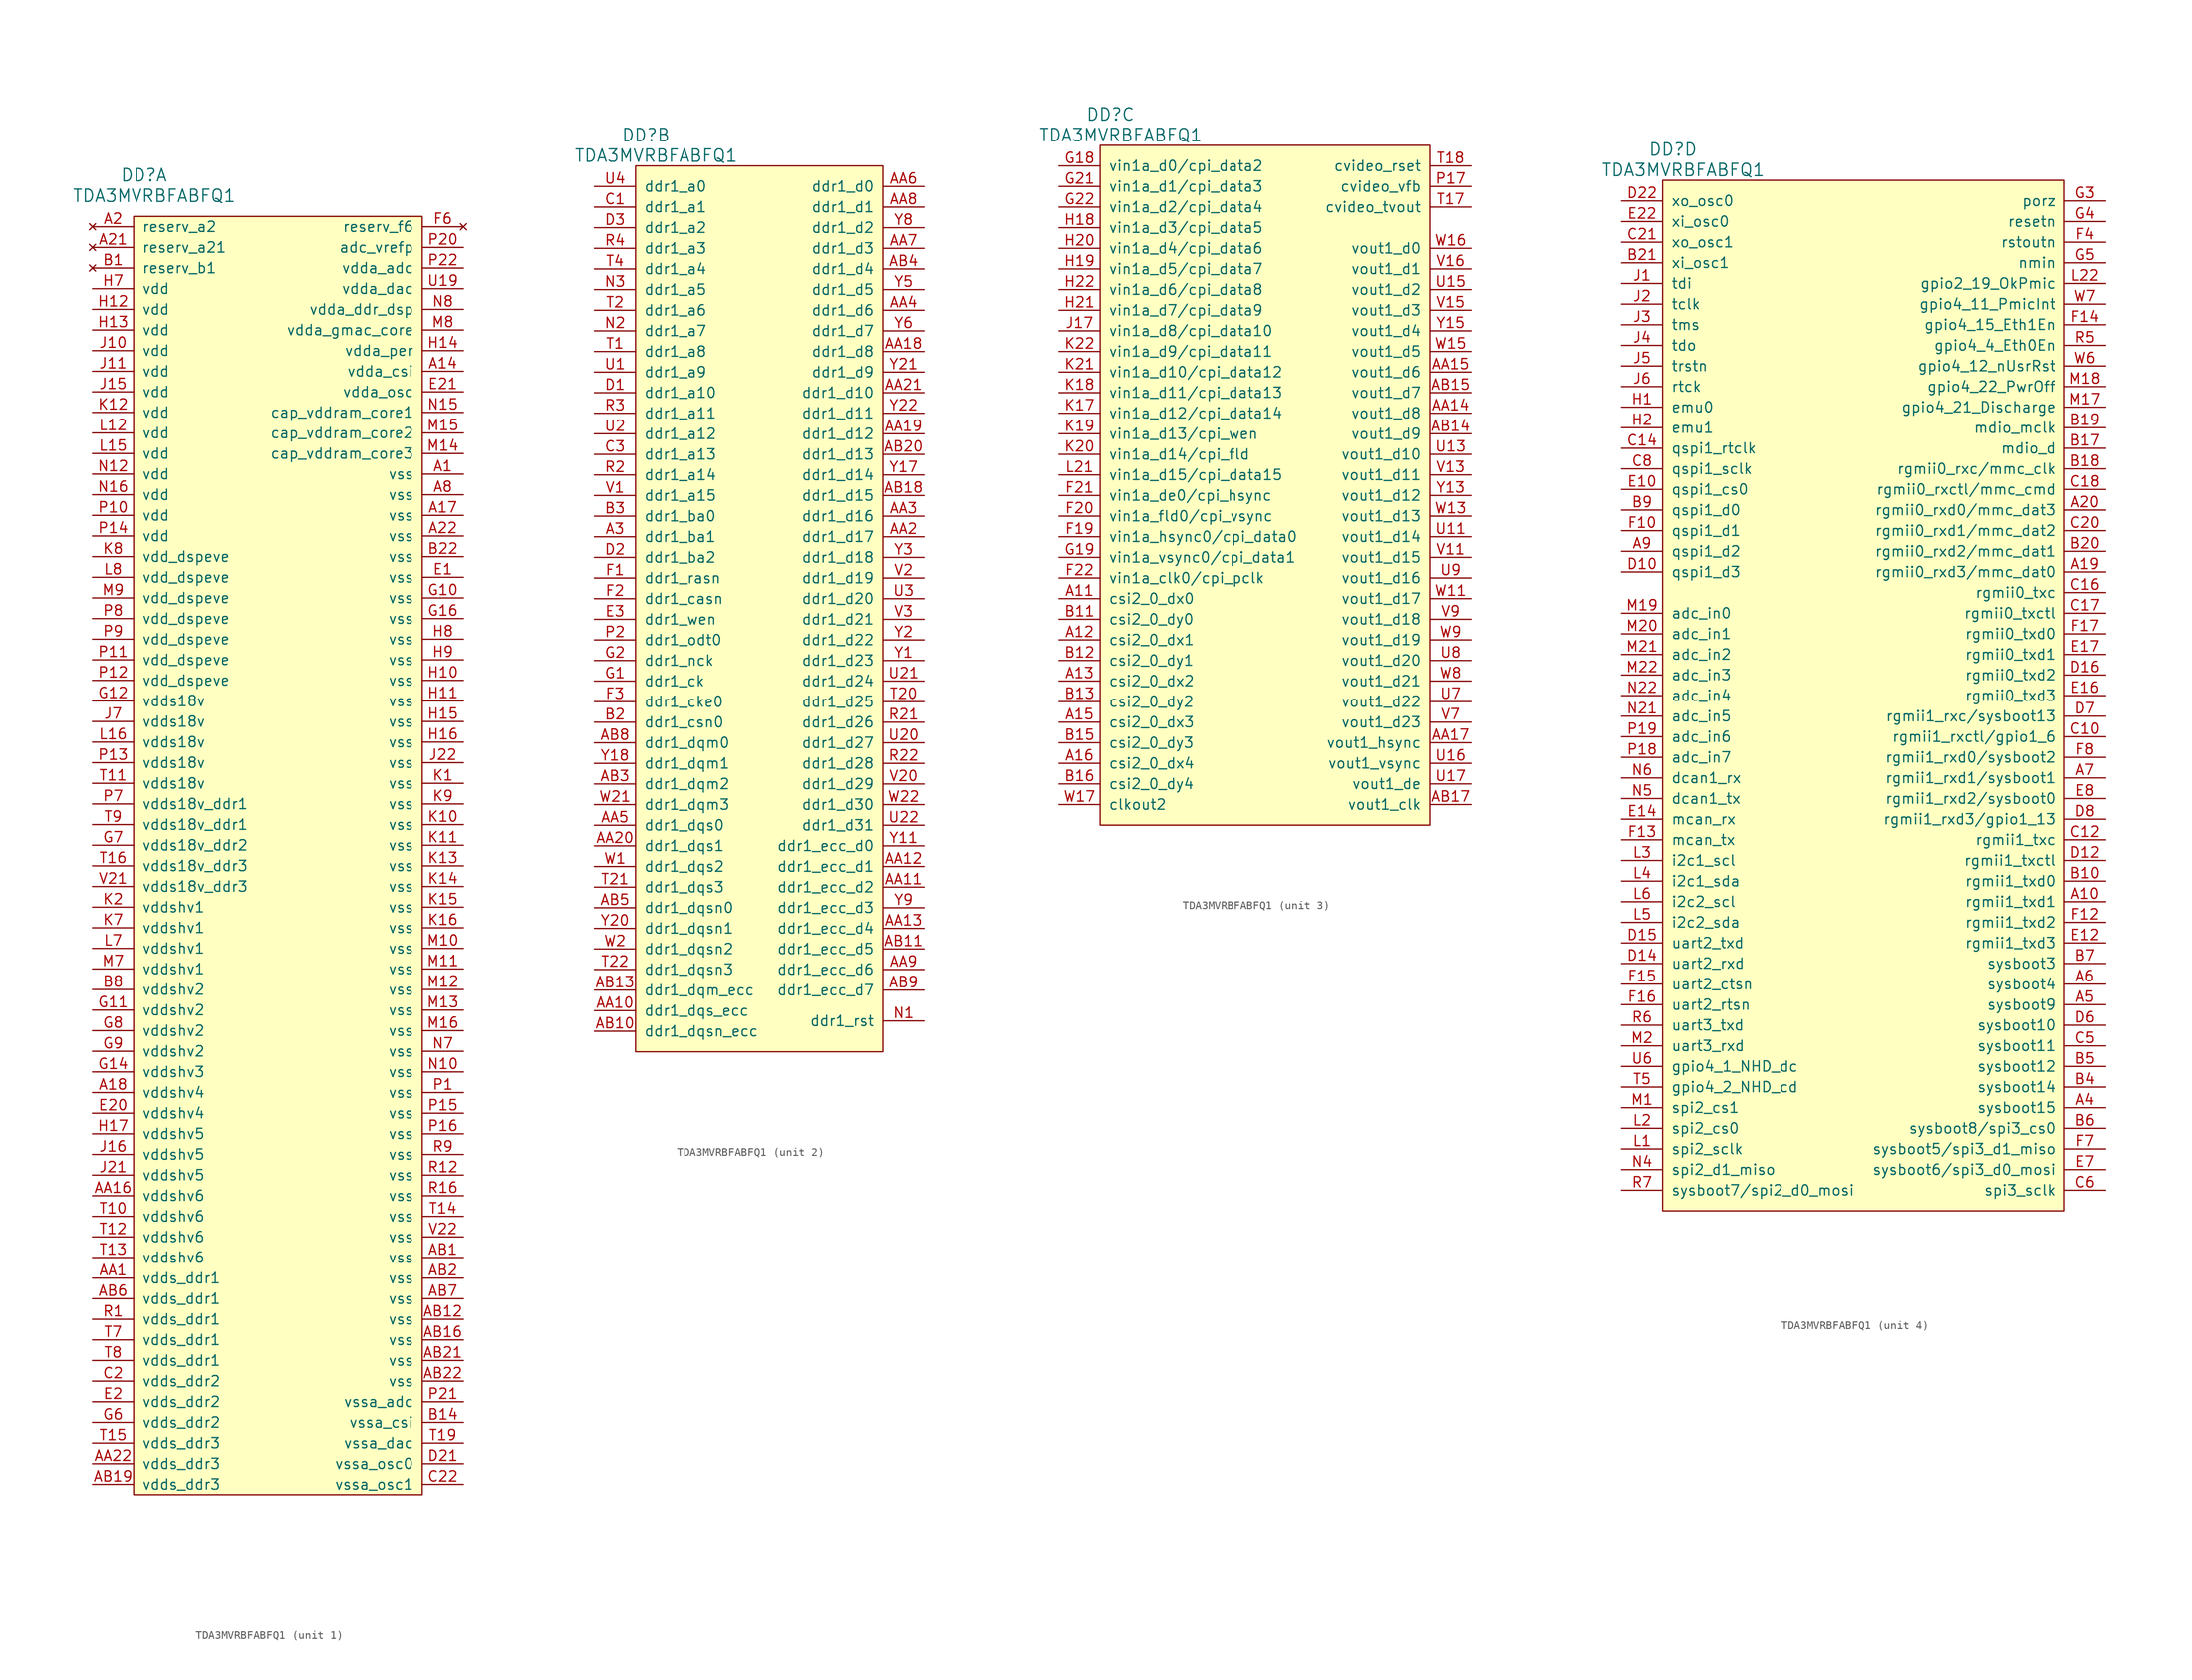
<source format=kicad_sym>
(kicad_symbol_lib
  (version 20211014)
  (generator kicad_symbol_editor)
  (symbol "TDA3MVRBFABFQ1"
    (pin_names
      (offset 1.016))
    (property "Reference" "DD"
      (at 1.27 5.08 0)
      (effects (font (size 1.524 1.524))))
    (property "Value" "TDA3MVRBFABFQ1"
      (at 2.54 2.54 0)
      (effects (font (size 1.524 1.524))))
    (property "ki_locked" ""
      (at 0 0 0)
      (effects (font (size 1.27 1.27))))
    (symbol "TDA3MVRBFABFQ1_1_1"
      (rectangle (start 0 0) (end 35.56 -157.48) (stroke (width 0) (type default) (color 0 0 0 0)) (fill (type background)))
      (pin passive line (at 40.64 -31.75 180) (length 5.08) (name "vss" (effects (font (size 1.27 1.27)))) (number "A1" (effects (font (size 1.27 1.27)))))
      (pin passive line (at 40.64 -19.05 180) (length 5.08) (name "vdda_csi" (effects (font (size 1.27 1.27)))) (number "A14" (effects (font (size 1.27 1.27)))))
      (pin passive line (at 40.64 -36.83 180) (length 5.08) (name "vss" (effects (font (size 1.27 1.27)))) (number "A17" (effects (font (size 1.27 1.27)))))
      (pin passive line (at -5.08 -107.95 0) (length 5.08) (name "vddshv4" (effects (font (size 1.27 1.27)))) (number "A18" (effects (font (size 1.27 1.27)))))
      (pin no_connect line (at -5.08 -1.27 0) (length 5.08) (name "reserv_a2" (effects (font (size 1.27 1.27)))) (number "A2" (effects (font (size 1.27 1.27)))))
      (pin no_connect line (at -5.08 -3.81 0) (length 5.08) (name "reserv_a21" (effects (font (size 1.27 1.27)))) (number "A21" (effects (font (size 1.27 1.27)))))
      (pin passive line (at 40.64 -39.37 180) (length 5.08) (name "vss" (effects (font (size 1.27 1.27)))) (number "A22" (effects (font (size 1.27 1.27)))))
      (pin passive line (at 40.64 -34.29 180) (length 5.08) (name "vss" (effects (font (size 1.27 1.27)))) (number "A8" (effects (font (size 1.27 1.27)))))
      (pin passive line (at -5.08 -130.81 0) (length 5.08) (name "vdds_ddr1" (effects (font (size 1.27 1.27)))) (number "AA1" (effects (font (size 1.27 1.27)))))
      (pin passive line (at -5.08 -120.65 0) (length 5.08) (name "vddshv6" (effects (font (size 1.27 1.27)))) (number "AA16" (effects (font (size 1.27 1.27)))))
      (pin passive line (at -5.08 -153.67 0) (length 5.08) (name "vdds_ddr3" (effects (font (size 1.27 1.27)))) (number "AA22" (effects (font (size 1.27 1.27)))))
      (pin passive line (at 40.64 -128.27 180) (length 5.08) (name "vss" (effects (font (size 1.27 1.27)))) (number "AB1" (effects (font (size 1.27 1.27)))))
      (pin passive line (at 40.64 -135.89 180) (length 5.08) (name "vss" (effects (font (size 1.27 1.27)))) (number "AB12" (effects (font (size 1.27 1.27)))))
      (pin passive line (at 40.64 -138.43 180) (length 5.08) (name "vss" (effects (font (size 1.27 1.27)))) (number "AB16" (effects (font (size 1.27 1.27)))))
      (pin passive line (at -5.08 -156.21 0) (length 5.08) (name "vdds_ddr3" (effects (font (size 1.27 1.27)))) (number "AB19" (effects (font (size 1.27 1.27)))))
      (pin passive line (at 40.64 -130.81 180) (length 5.08) (name "vss" (effects (font (size 1.27 1.27)))) (number "AB2" (effects (font (size 1.27 1.27)))))
      (pin passive line (at 40.64 -140.97 180) (length 5.08) (name "vss" (effects (font (size 1.27 1.27)))) (number "AB21" (effects (font (size 1.27 1.27)))))
      (pin passive line (at 40.64 -143.51 180) (length 5.08) (name "vss" (effects (font (size 1.27 1.27)))) (number "AB22" (effects (font (size 1.27 1.27)))))
      (pin passive line (at -5.08 -133.35 0) (length 5.08) (name "vdds_ddr1" (effects (font (size 1.27 1.27)))) (number "AB6" (effects (font (size 1.27 1.27)))))
      (pin passive line (at 40.64 -133.35 180) (length 5.08) (name "vss" (effects (font (size 1.27 1.27)))) (number "AB7" (effects (font (size 1.27 1.27)))))
      (pin no_connect line (at -5.08 -6.35 0) (length 5.08) (name "reserv_b1" (effects (font (size 1.27 1.27)))) (number "B1" (effects (font (size 1.27 1.27)))))
      (pin passive line (at 40.64 -148.59 180) (length 5.08) (name "vssa_csi" (effects (font (size 1.27 1.27)))) (number "B14" (effects (font (size 1.27 1.27)))))
      (pin passive line (at 40.64 -41.91 180) (length 5.08) (name "vss" (effects (font (size 1.27 1.27)))) (number "B22" (effects (font (size 1.27 1.27)))))
      (pin passive line (at -5.08 -95.25 0) (length 5.08) (name "vddshv2" (effects (font (size 1.27 1.27)))) (number "B8" (effects (font (size 1.27 1.27)))))
      (pin passive line (at -5.08 -143.51 0) (length 5.08) (name "vdds_ddr2" (effects (font (size 1.27 1.27)))) (number "C2" (effects (font (size 1.27 1.27)))))
      (pin passive line (at 40.64 -156.21 180) (length 5.08) (name "vssa_osc1" (effects (font (size 1.27 1.27)))) (number "C22" (effects (font (size 1.27 1.27)))))
      (pin passive line (at 40.64 -153.67 180) (length 5.08) (name "vssa_osc0" (effects (font (size 1.27 1.27)))) (number "D21" (effects (font (size 1.27 1.27)))))
      (pin passive line (at 40.64 -44.45 180) (length 5.08) (name "vss" (effects (font (size 1.27 1.27)))) (number "E1" (effects (font (size 1.27 1.27)))))
      (pin passive line (at -5.08 -146.05 0) (length 5.08) (name "vdds_ddr2" (effects (font (size 1.27 1.27)))) (number "E2" (effects (font (size 1.27 1.27)))))
      (pin passive line (at -5.08 -110.49 0) (length 5.08) (name "vddshv4" (effects (font (size 1.27 1.27)))) (number "E20" (effects (font (size 1.27 1.27)))))
      (pin passive line (at 40.64 -21.59 180) (length 5.08) (name "vdda_osc" (effects (font (size 1.27 1.27)))) (number "E21" (effects (font (size 1.27 1.27)))))
      (pin no_connect line (at 40.64 -1.27 180) (length 5.08) (name "reserv_f6" (effects (font (size 1.27 1.27)))) (number "F6" (effects (font (size 1.27 1.27)))))
      (pin passive line (at 40.64 -46.99 180) (length 5.08) (name "vss" (effects (font (size 1.27 1.27)))) (number "G10" (effects (font (size 1.27 1.27)))))
      (pin passive line (at -5.08 -97.79 0) (length 5.08) (name "vddshv2" (effects (font (size 1.27 1.27)))) (number "G11" (effects (font (size 1.27 1.27)))))
      (pin passive line (at -5.08 -59.69 0) (length 5.08) (name "vdds18v" (effects (font (size 1.27 1.27)))) (number "G12" (effects (font (size 1.27 1.27)))))
      (pin passive line (at -5.08 -105.41 0) (length 5.08) (name "vddshv3" (effects (font (size 1.27 1.27)))) (number "G14" (effects (font (size 1.27 1.27)))))
      (pin passive line (at 40.64 -49.53 180) (length 5.08) (name "vss" (effects (font (size 1.27 1.27)))) (number "G16" (effects (font (size 1.27 1.27)))))
      (pin passive line (at -5.08 -148.59 0) (length 5.08) (name "vdds_ddr2" (effects (font (size 1.27 1.27)))) (number "G6" (effects (font (size 1.27 1.27)))))
      (pin passive line (at -5.08 -77.47 0) (length 5.08) (name "vdds18v_ddr2" (effects (font (size 1.27 1.27)))) (number "G7" (effects (font (size 1.27 1.27)))))
      (pin passive line (at -5.08 -100.33 0) (length 5.08) (name "vddshv2" (effects (font (size 1.27 1.27)))) (number "G8" (effects (font (size 1.27 1.27)))))
      (pin passive line (at -5.08 -102.87 0) (length 5.08) (name "vddshv2" (effects (font (size 1.27 1.27)))) (number "G9" (effects (font (size 1.27 1.27)))))
      (pin passive line (at 40.64 -57.15 180) (length 5.08) (name "vss" (effects (font (size 1.27 1.27)))) (number "H10" (effects (font (size 1.27 1.27)))))
      (pin passive line (at 40.64 -59.69 180) (length 5.08) (name "vss" (effects (font (size 1.27 1.27)))) (number "H11" (effects (font (size 1.27 1.27)))))
      (pin passive line (at -5.08 -11.43 0) (length 5.08) (name "vdd" (effects (font (size 1.27 1.27)))) (number "H12" (effects (font (size 1.27 1.27)))))
      (pin passive line (at -5.08 -13.97 0) (length 5.08) (name "vdd" (effects (font (size 1.27 1.27)))) (number "H13" (effects (font (size 1.27 1.27)))))
      (pin passive line (at 40.64 -16.51 180) (length 5.08) (name "vdda_per" (effects (font (size 1.27 1.27)))) (number "H14" (effects (font (size 1.27 1.27)))))
      (pin passive line (at 40.64 -62.23 180) (length 5.08) (name "vss" (effects (font (size 1.27 1.27)))) (number "H15" (effects (font (size 1.27 1.27)))))
      (pin passive line (at 40.64 -64.77 180) (length 5.08) (name "vss" (effects (font (size 1.27 1.27)))) (number "H16" (effects (font (size 1.27 1.27)))))
      (pin passive line (at -5.08 -113.03 0) (length 5.08) (name "vddshv5" (effects (font (size 1.27 1.27)))) (number "H17" (effects (font (size 1.27 1.27)))))
      (pin passive line (at -5.08 -8.89 0) (length 5.08) (name "vdd" (effects (font (size 1.27 1.27)))) (number "H7" (effects (font (size 1.27 1.27)))))
      (pin passive line (at 40.64 -52.07 180) (length 5.08) (name "vss" (effects (font (size 1.27 1.27)))) (number "H8" (effects (font (size 1.27 1.27)))))
      (pin passive line (at 40.64 -54.61 180) (length 5.08) (name "vss" (effects (font (size 1.27 1.27)))) (number "H9" (effects (font (size 1.27 1.27)))))
      (pin passive line (at -5.08 -16.51 0) (length 5.08) (name "vdd" (effects (font (size 1.27 1.27)))) (number "J10" (effects (font (size 1.27 1.27)))))
      (pin passive line (at -5.08 -19.05 0) (length 5.08) (name "vdd" (effects (font (size 1.27 1.27)))) (number "J11" (effects (font (size 1.27 1.27)))))
      (pin passive line (at -5.08 -21.59 0) (length 5.08) (name "vdd" (effects (font (size 1.27 1.27)))) (number "J15" (effects (font (size 1.27 1.27)))))
      (pin passive line (at -5.08 -115.57 0) (length 5.08) (name "vddshv5" (effects (font (size 1.27 1.27)))) (number "J16" (effects (font (size 1.27 1.27)))))
      (pin passive line (at -5.08 -118.11 0) (length 5.08) (name "vddshv5" (effects (font (size 1.27 1.27)))) (number "J21" (effects (font (size 1.27 1.27)))))
      (pin passive line (at 40.64 -67.31 180) (length 5.08) (name "vss" (effects (font (size 1.27 1.27)))) (number "J22" (effects (font (size 1.27 1.27)))))
      (pin passive line (at -5.08 -62.23 0) (length 5.08) (name "vdds18v" (effects (font (size 1.27 1.27)))) (number "J7" (effects (font (size 1.27 1.27)))))
      (pin passive line (at 40.64 -69.85 180) (length 5.08) (name "vss" (effects (font (size 1.27 1.27)))) (number "K1" (effects (font (size 1.27 1.27)))))
      (pin passive line (at 40.64 -74.93 180) (length 5.08) (name "vss" (effects (font (size 1.27 1.27)))) (number "K10" (effects (font (size 1.27 1.27)))))
      (pin passive line (at 40.64 -77.47 180) (length 5.08) (name "vss" (effects (font (size 1.27 1.27)))) (number "K11" (effects (font (size 1.27 1.27)))))
      (pin passive line (at -5.08 -24.13 0) (length 5.08) (name "vdd" (effects (font (size 1.27 1.27)))) (number "K12" (effects (font (size 1.27 1.27)))))
      (pin passive line (at 40.64 -80.01 180) (length 5.08) (name "vss" (effects (font (size 1.27 1.27)))) (number "K13" (effects (font (size 1.27 1.27)))))
      (pin passive line (at 40.64 -82.55 180) (length 5.08) (name "vss" (effects (font (size 1.27 1.27)))) (number "K14" (effects (font (size 1.27 1.27)))))
      (pin passive line (at 40.64 -85.09 180) (length 5.08) (name "vss" (effects (font (size 1.27 1.27)))) (number "K15" (effects (font (size 1.27 1.27)))))
      (pin passive line (at 40.64 -87.63 180) (length 5.08) (name "vss" (effects (font (size 1.27 1.27)))) (number "K16" (effects (font (size 1.27 1.27)))))
      (pin passive line (at -5.08 -85.09 0) (length 5.08) (name "vddshv1" (effects (font (size 1.27 1.27)))) (number "K2" (effects (font (size 1.27 1.27)))))
      (pin passive line (at -5.08 -87.63 0) (length 5.08) (name "vddshv1" (effects (font (size 1.27 1.27)))) (number "K7" (effects (font (size 1.27 1.27)))))
      (pin passive line (at -5.08 -41.91 0) (length 5.08) (name "vdd_dspeve" (effects (font (size 1.27 1.27)))) (number "K8" (effects (font (size 1.27 1.27)))))
      (pin passive line (at 40.64 -72.39 180) (length 5.08) (name "vss" (effects (font (size 1.27 1.27)))) (number "K9" (effects (font (size 1.27 1.27)))))
      (pin passive line (at -5.08 -26.67 0) (length 5.08) (name "vdd" (effects (font (size 1.27 1.27)))) (number "L12" (effects (font (size 1.27 1.27)))))
      (pin passive line (at -5.08 -29.21 0) (length 5.08) (name "vdd" (effects (font (size 1.27 1.27)))) (number "L15" (effects (font (size 1.27 1.27)))))
      (pin passive line (at -5.08 -64.77 0) (length 5.08) (name "vdds18v" (effects (font (size 1.27 1.27)))) (number "L16" (effects (font (size 1.27 1.27)))))
      (pin passive line (at -5.08 -90.17 0) (length 5.08) (name "vddshv1" (effects (font (size 1.27 1.27)))) (number "L7" (effects (font (size 1.27 1.27)))))
      (pin passive line (at -5.08 -44.45 0) (length 5.08) (name "vdd_dspeve" (effects (font (size 1.27 1.27)))) (number "L8" (effects (font (size 1.27 1.27)))))
      (pin passive line (at 40.64 -90.17 180) (length 5.08) (name "vss" (effects (font (size 1.27 1.27)))) (number "M10" (effects (font (size 1.27 1.27)))))
      (pin passive line (at 40.64 -92.71 180) (length 5.08) (name "vss" (effects (font (size 1.27 1.27)))) (number "M11" (effects (font (size 1.27 1.27)))))
      (pin passive line (at 40.64 -95.25 180) (length 5.08) (name "vss" (effects (font (size 1.27 1.27)))) (number "M12" (effects (font (size 1.27 1.27)))))
      (pin passive line (at 40.64 -97.79 180) (length 5.08) (name "vss" (effects (font (size 1.27 1.27)))) (number "M13" (effects (font (size 1.27 1.27)))))
      (pin passive line (at 40.64 -29.21 180) (length 5.08) (name "cap_vddram_core3" (effects (font (size 1.27 1.27)))) (number "M14" (effects (font (size 1.27 1.27)))))
      (pin passive line (at 40.64 -26.67 180) (length 5.08) (name "cap_vddram_core2" (effects (font (size 1.27 1.27)))) (number "M15" (effects (font (size 1.27 1.27)))))
      (pin passive line (at 40.64 -100.33 180) (length 5.08) (name "vss" (effects (font (size 1.27 1.27)))) (number "M16" (effects (font (size 1.27 1.27)))))
      (pin passive line (at -5.08 -92.71 0) (length 5.08) (name "vddshv1" (effects (font (size 1.27 1.27)))) (number "M7" (effects (font (size 1.27 1.27)))))
      (pin passive line (at 40.64 -13.97 180) (length 5.08) (name "vdda_gmac_core" (effects (font (size 1.27 1.27)))) (number "M8" (effects (font (size 1.27 1.27)))))
      (pin passive line (at -5.08 -46.99 0) (length 5.08) (name "vdd_dspeve" (effects (font (size 1.27 1.27)))) (number "M9" (effects (font (size 1.27 1.27)))))
      (pin passive line (at 40.64 -105.41 180) (length 5.08) (name "vss" (effects (font (size 1.27 1.27)))) (number "N10" (effects (font (size 1.27 1.27)))))
      (pin passive line (at -5.08 -31.75 0) (length 5.08) (name "vdd" (effects (font (size 1.27 1.27)))) (number "N12" (effects (font (size 1.27 1.27)))))
      (pin passive line (at 40.64 -24.13 180) (length 5.08) (name "cap_vddram_core1" (effects (font (size 1.27 1.27)))) (number "N15" (effects (font (size 1.27 1.27)))))
      (pin passive line (at -5.08 -34.29 0) (length 5.08) (name "vdd" (effects (font (size 1.27 1.27)))) (number "N16" (effects (font (size 1.27 1.27)))))
      (pin passive line (at 40.64 -102.87 180) (length 5.08) (name "vss" (effects (font (size 1.27 1.27)))) (number "N7" (effects (font (size 1.27 1.27)))))
      (pin passive line (at 40.64 -11.43 180) (length 5.08) (name "vdda_ddr_dsp" (effects (font (size 1.27 1.27)))) (number "N8" (effects (font (size 1.27 1.27)))))
      (pin passive line (at 40.64 -107.95 180) (length 5.08) (name "vss" (effects (font (size 1.27 1.27)))) (number "P1" (effects (font (size 1.27 1.27)))))
      (pin passive line (at -5.08 -36.83 0) (length 5.08) (name "vdd" (effects (font (size 1.27 1.27)))) (number "P10" (effects (font (size 1.27 1.27)))))
      (pin passive line (at -5.08 -54.61 0) (length 5.08) (name "vdd_dspeve" (effects (font (size 1.27 1.27)))) (number "P11" (effects (font (size 1.27 1.27)))))
      (pin passive line (at -5.08 -57.15 0) (length 5.08) (name "vdd_dspeve" (effects (font (size 1.27 1.27)))) (number "P12" (effects (font (size 1.27 1.27)))))
      (pin passive line (at -5.08 -67.31 0) (length 5.08) (name "vdds18v" (effects (font (size 1.27 1.27)))) (number "P13" (effects (font (size 1.27 1.27)))))
      (pin passive line (at -5.08 -39.37 0) (length 5.08) (name "vdd" (effects (font (size 1.27 1.27)))) (number "P14" (effects (font (size 1.27 1.27)))))
      (pin passive line (at 40.64 -110.49 180) (length 5.08) (name "vss" (effects (font (size 1.27 1.27)))) (number "P15" (effects (font (size 1.27 1.27)))))
      (pin passive line (at 40.64 -113.03 180) (length 5.08) (name "vss" (effects (font (size 1.27 1.27)))) (number "P16" (effects (font (size 1.27 1.27)))))
      (pin passive line (at 40.64 -3.81 180) (length 5.08) (name "adc_vrefp" (effects (font (size 1.27 1.27)))) (number "P20" (effects (font (size 1.27 1.27)))))
      (pin passive line (at 40.64 -146.05 180) (length 5.08) (name "vssa_adc" (effects (font (size 1.27 1.27)))) (number "P21" (effects (font (size 1.27 1.27)))))
      (pin passive line (at 40.64 -6.35 180) (length 5.08) (name "vdda_adc" (effects (font (size 1.27 1.27)))) (number "P22" (effects (font (size 1.27 1.27)))))
      (pin passive line (at -5.08 -72.39 0) (length 5.08) (name "vdds18v_ddr1" (effects (font (size 1.27 1.27)))) (number "P7" (effects (font (size 1.27 1.27)))))
      (pin passive line (at -5.08 -49.53 0) (length 5.08) (name "vdd_dspeve" (effects (font (size 1.27 1.27)))) (number "P8" (effects (font (size 1.27 1.27)))))
      (pin passive line (at -5.08 -52.07 0) (length 5.08) (name "vdd_dspeve" (effects (font (size 1.27 1.27)))) (number "P9" (effects (font (size 1.27 1.27)))))
      (pin passive line (at -5.08 -135.89 0) (length 5.08) (name "vdds_ddr1" (effects (font (size 1.27 1.27)))) (number "R1" (effects (font (size 1.27 1.27)))))
      (pin passive line (at 40.64 -118.11 180) (length 5.08) (name "vss" (effects (font (size 1.27 1.27)))) (number "R12" (effects (font (size 1.27 1.27)))))
      (pin passive line (at 40.64 -120.65 180) (length 5.08) (name "vss" (effects (font (size 1.27 1.27)))) (number "R16" (effects (font (size 1.27 1.27)))))
      (pin passive line (at 40.64 -115.57 180) (length 5.08) (name "vss" (effects (font (size 1.27 1.27)))) (number "R9" (effects (font (size 1.27 1.27)))))
      (pin passive line (at -5.08 -123.19 0) (length 5.08) (name "vddshv6" (effects (font (size 1.27 1.27)))) (number "T10" (effects (font (size 1.27 1.27)))))
      (pin passive line (at -5.08 -69.85 0) (length 5.08) (name "vdds18v" (effects (font (size 1.27 1.27)))) (number "T11" (effects (font (size 1.27 1.27)))))
      (pin passive line (at -5.08 -125.73 0) (length 5.08) (name "vddshv6" (effects (font (size 1.27 1.27)))) (number "T12" (effects (font (size 1.27 1.27)))))
      (pin passive line (at -5.08 -128.27 0) (length 5.08) (name "vddshv6" (effects (font (size 1.27 1.27)))) (number "T13" (effects (font (size 1.27 1.27)))))
      (pin passive line (at 40.64 -123.19 180) (length 5.08) (name "vss" (effects (font (size 1.27 1.27)))) (number "T14" (effects (font (size 1.27 1.27)))))
      (pin passive line (at -5.08 -151.13 0) (length 5.08) (name "vdds_ddr3" (effects (font (size 1.27 1.27)))) (number "T15" (effects (font (size 1.27 1.27)))))
      (pin passive line (at -5.08 -80.01 0) (length 5.08) (name "vdds18v_ddr3" (effects (font (size 1.27 1.27)))) (number "T16" (effects (font (size 1.27 1.27)))))
      (pin passive line (at 40.64 -151.13 180) (length 5.08) (name "vssa_dac" (effects (font (size 1.27 1.27)))) (number "T19" (effects (font (size 1.27 1.27)))))
      (pin passive line (at -5.08 -138.43 0) (length 5.08) (name "vdds_ddr1" (effects (font (size 1.27 1.27)))) (number "T7" (effects (font (size 1.27 1.27)))))
      (pin passive line (at -5.08 -140.97 0) (length 5.08) (name "vdds_ddr1" (effects (font (size 1.27 1.27)))) (number "T8" (effects (font (size 1.27 1.27)))))
      (pin passive line (at -5.08 -74.93 0) (length 5.08) (name "vdds18v_ddr1" (effects (font (size 1.27 1.27)))) (number "T9" (effects (font (size 1.27 1.27)))))
      (pin passive line (at 40.64 -8.89 180) (length 5.08) (name "vdda_dac" (effects (font (size 1.27 1.27)))) (number "U19" (effects (font (size 1.27 1.27)))))
      (pin passive line (at -5.08 -82.55 0) (length 5.08) (name "vdds18v_ddr3" (effects (font (size 1.27 1.27)))) (number "V21" (effects (font (size 1.27 1.27)))))
      (pin passive line (at 40.64 -125.73 180) (length 5.08) (name "vss" (effects (font (size 1.27 1.27)))) (number "V22" (effects (font (size 1.27 1.27))))))
    (symbol "TDA3MVRBFABFQ1_2_1"
      (rectangle (start 0 1.27) (end 30.48 -107.95) (stroke (width 0) (type default) (color 0 0 0 0)) (fill (type background)))
      (pin passive line (at -5.08 -44.45 0) (length 5.08) (name "ddr1_ba1" (effects (font (size 1.27 1.27)))) (number "A3" (effects (font (size 1.27 1.27)))))
      (pin passive line (at -5.08 -102.87 0) (length 5.08) (name "ddr1_dqs_ecc" (effects (font (size 1.27 1.27)))) (number "AA10" (effects (font (size 1.27 1.27)))))
      (pin passive line (at 35.56 -87.63 180) (length 5.08) (name "ddr1_ecc_d2" (effects (font (size 1.27 1.27)))) (number "AA11" (effects (font (size 1.27 1.27)))))
      (pin passive line (at 35.56 -85.09 180) (length 5.08) (name "ddr1_ecc_d1" (effects (font (size 1.27 1.27)))) (number "AA12" (effects (font (size 1.27 1.27)))))
      (pin passive line (at 35.56 -92.71 180) (length 5.08) (name "ddr1_ecc_d4" (effects (font (size 1.27 1.27)))) (number "AA13" (effects (font (size 1.27 1.27)))))
      (pin passive line (at 35.56 -21.59 180) (length 5.08) (name "ddr1_d8" (effects (font (size 1.27 1.27)))) (number "AA18" (effects (font (size 1.27 1.27)))))
      (pin passive line (at 35.56 -31.75 180) (length 5.08) (name "ddr1_d12" (effects (font (size 1.27 1.27)))) (number "AA19" (effects (font (size 1.27 1.27)))))
      (pin passive line (at 35.56 -44.45 180) (length 5.08) (name "ddr1_d17" (effects (font (size 1.27 1.27)))) (number "AA2" (effects (font (size 1.27 1.27)))))
      (pin passive line (at -5.08 -82.55 0) (length 5.08) (name "ddr1_dqs1" (effects (font (size 1.27 1.27)))) (number "AA20" (effects (font (size 1.27 1.27)))))
      (pin passive line (at 35.56 -26.67 180) (length 5.08) (name "ddr1_d10" (effects (font (size 1.27 1.27)))) (number "AA21" (effects (font (size 1.27 1.27)))))
      (pin passive line (at 35.56 -41.91 180) (length 5.08) (name "ddr1_d16" (effects (font (size 1.27 1.27)))) (number "AA3" (effects (font (size 1.27 1.27)))))
      (pin passive line (at 35.56 -16.51 180) (length 5.08) (name "ddr1_d6" (effects (font (size 1.27 1.27)))) (number "AA4" (effects (font (size 1.27 1.27)))))
      (pin passive line (at -5.08 -80.01 0) (length 5.08) (name "ddr1_dqs0" (effects (font (size 1.27 1.27)))) (number "AA5" (effects (font (size 1.27 1.27)))))
      (pin passive line (at 35.56 -1.27 180) (length 5.08) (name "ddr1_d0" (effects (font (size 1.27 1.27)))) (number "AA6" (effects (font (size 1.27 1.27)))))
      (pin passive line (at 35.56 -8.89 180) (length 5.08) (name "ddr1_d3" (effects (font (size 1.27 1.27)))) (number "AA7" (effects (font (size 1.27 1.27)))))
      (pin passive line (at 35.56 -3.81 180) (length 5.08) (name "ddr1_d1" (effects (font (size 1.27 1.27)))) (number "AA8" (effects (font (size 1.27 1.27)))))
      (pin passive line (at 35.56 -97.79 180) (length 5.08) (name "ddr1_ecc_d6" (effects (font (size 1.27 1.27)))) (number "AA9" (effects (font (size 1.27 1.27)))))
      (pin passive line (at -5.08 -105.41 0) (length 5.08) (name "ddr1_dqsn_ecc" (effects (font (size 1.27 1.27)))) (number "AB10" (effects (font (size 1.27 1.27)))))
      (pin passive line (at 35.56 -95.25 180) (length 5.08) (name "ddr1_ecc_d5" (effects (font (size 1.27 1.27)))) (number "AB11" (effects (font (size 1.27 1.27)))))
      (pin passive line (at -5.08 -100.33 0) (length 5.08) (name "ddr1_dqm_ecc" (effects (font (size 1.27 1.27)))) (number "AB13" (effects (font (size 1.27 1.27)))))
      (pin passive line (at 35.56 -39.37 180) (length 5.08) (name "ddr1_d15" (effects (font (size 1.27 1.27)))) (number "AB18" (effects (font (size 1.27 1.27)))))
      (pin passive line (at 35.56 -34.29 180) (length 5.08) (name "ddr1_d13" (effects (font (size 1.27 1.27)))) (number "AB20" (effects (font (size 1.27 1.27)))))
      (pin passive line (at -5.08 -74.93 0) (length 5.08) (name "ddr1_dqm2" (effects (font (size 1.27 1.27)))) (number "AB3" (effects (font (size 1.27 1.27)))))
      (pin passive line (at 35.56 -11.43 180) (length 5.08) (name "ddr1_d4" (effects (font (size 1.27 1.27)))) (number "AB4" (effects (font (size 1.27 1.27)))))
      (pin passive line (at -5.08 -90.17 0) (length 5.08) (name "ddr1_dqsn0" (effects (font (size 1.27 1.27)))) (number "AB5" (effects (font (size 1.27 1.27)))))
      (pin passive line (at -5.08 -69.85 0) (length 5.08) (name "ddr1_dqm0" (effects (font (size 1.27 1.27)))) (number "AB8" (effects (font (size 1.27 1.27)))))
      (pin passive line (at 35.56 -100.33 180) (length 5.08) (name "ddr1_ecc_d7" (effects (font (size 1.27 1.27)))) (number "AB9" (effects (font (size 1.27 1.27)))))
      (pin passive line (at -5.08 -67.31 0) (length 5.08) (name "ddr1_csn0" (effects (font (size 1.27 1.27)))) (number "B2" (effects (font (size 1.27 1.27)))))
      (pin passive line (at -5.08 -41.91 0) (length 5.08) (name "ddr1_ba0" (effects (font (size 1.27 1.27)))) (number "B3" (effects (font (size 1.27 1.27)))))
      (pin passive line (at -5.08 -3.81 0) (length 5.08) (name "ddr1_a1" (effects (font (size 1.27 1.27)))) (number "C1" (effects (font (size 1.27 1.27)))))
      (pin passive line (at -5.08 -34.29 0) (length 5.08) (name "ddr1_a13" (effects (font (size 1.27 1.27)))) (number "C3" (effects (font (size 1.27 1.27)))))
      (pin passive line (at -5.08 -26.67 0) (length 5.08) (name "ddr1_a10" (effects (font (size 1.27 1.27)))) (number "D1" (effects (font (size 1.27 1.27)))))
      (pin passive line (at -5.08 -46.99 0) (length 5.08) (name "ddr1_ba2" (effects (font (size 1.27 1.27)))) (number "D2" (effects (font (size 1.27 1.27)))))
      (pin passive line (at -5.08 -6.35 0) (length 5.08) (name "ddr1_a2" (effects (font (size 1.27 1.27)))) (number "D3" (effects (font (size 1.27 1.27)))))
      (pin passive line (at -5.08 -54.61 0) (length 5.08) (name "ddr1_wen" (effects (font (size 1.27 1.27)))) (number "E3" (effects (font (size 1.27 1.27)))))
      (pin passive line (at -5.08 -49.53 0) (length 5.08) (name "ddr1_rasn" (effects (font (size 1.27 1.27)))) (number "F1" (effects (font (size 1.27 1.27)))))
      (pin passive line (at -5.08 -52.07 0) (length 5.08) (name "ddr1_casn" (effects (font (size 1.27 1.27)))) (number "F2" (effects (font (size 1.27 1.27)))))
      (pin passive line (at -5.08 -64.77 0) (length 5.08) (name "ddr1_cke0" (effects (font (size 1.27 1.27)))) (number "F3" (effects (font (size 1.27 1.27)))))
      (pin passive line (at -5.08 -62.23 0) (length 5.08) (name "ddr1_ck" (effects (font (size 1.27 1.27)))) (number "G1" (effects (font (size 1.27 1.27)))))
      (pin passive line (at -5.08 -59.69 0) (length 5.08) (name "ddr1_nck" (effects (font (size 1.27 1.27)))) (number "G2" (effects (font (size 1.27 1.27)))))
      (pin passive line (at 35.56 -104.14 180) (length 5.08) (name "ddr1_rst" (effects (font (size 1.27 1.27)))) (number "N1" (effects (font (size 1.27 1.27)))))
      (pin passive line (at -5.08 -19.05 0) (length 5.08) (name "ddr1_a7" (effects (font (size 1.27 1.27)))) (number "N2" (effects (font (size 1.27 1.27)))))
      (pin passive line (at -5.08 -13.97 0) (length 5.08) (name "ddr1_a5" (effects (font (size 1.27 1.27)))) (number "N3" (effects (font (size 1.27 1.27)))))
      (pin passive line (at -5.08 -57.15 0) (length 5.08) (name "ddr1_odt0" (effects (font (size 1.27 1.27)))) (number "P2" (effects (font (size 1.27 1.27)))))
      (pin passive line (at -5.08 -36.83 0) (length 5.08) (name "ddr1_a14" (effects (font (size 1.27 1.27)))) (number "R2" (effects (font (size 1.27 1.27)))))
      (pin passive line (at 35.56 -67.31 180) (length 5.08) (name "ddr1_d26" (effects (font (size 1.27 1.27)))) (number "R21" (effects (font (size 1.27 1.27)))))
      (pin passive line (at 35.56 -72.39 180) (length 5.08) (name "ddr1_d28" (effects (font (size 1.27 1.27)))) (number "R22" (effects (font (size 1.27 1.27)))))
      (pin passive line (at -5.08 -29.21 0) (length 5.08) (name "ddr1_a11" (effects (font (size 1.27 1.27)))) (number "R3" (effects (font (size 1.27 1.27)))))
      (pin passive line (at -5.08 -8.89 0) (length 5.08) (name "ddr1_a3" (effects (font (size 1.27 1.27)))) (number "R4" (effects (font (size 1.27 1.27)))))
      (pin passive line (at -5.08 -21.59 0) (length 5.08) (name "ddr1_a8" (effects (font (size 1.27 1.27)))) (number "T1" (effects (font (size 1.27 1.27)))))
      (pin passive line (at -5.08 -16.51 0) (length 5.08) (name "ddr1_a6" (effects (font (size 1.27 1.27)))) (number "T2" (effects (font (size 1.27 1.27)))))
      (pin passive line (at 35.56 -64.77 180) (length 5.08) (name "ddr1_d25" (effects (font (size 1.27 1.27)))) (number "T20" (effects (font (size 1.27 1.27)))))
      (pin passive line (at -5.08 -87.63 0) (length 5.08) (name "ddr1_dqs3" (effects (font (size 1.27 1.27)))) (number "T21" (effects (font (size 1.27 1.27)))))
      (pin passive line (at -5.08 -97.79 0) (length 5.08) (name "ddr1_dqsn3" (effects (font (size 1.27 1.27)))) (number "T22" (effects (font (size 1.27 1.27)))))
      (pin passive line (at -5.08 -11.43 0) (length 5.08) (name "ddr1_a4" (effects (font (size 1.27 1.27)))) (number "T4" (effects (font (size 1.27 1.27)))))
      (pin passive line (at -5.08 -24.13 0) (length 5.08) (name "ddr1_a9" (effects (font (size 1.27 1.27)))) (number "U1" (effects (font (size 1.27 1.27)))))
      (pin passive line (at -5.08 -31.75 0) (length 5.08) (name "ddr1_a12" (effects (font (size 1.27 1.27)))) (number "U2" (effects (font (size 1.27 1.27)))))
      (pin passive line (at 35.56 -69.85 180) (length 5.08) (name "ddr1_d27" (effects (font (size 1.27 1.27)))) (number "U20" (effects (font (size 1.27 1.27)))))
      (pin passive line (at 35.56 -62.23 180) (length 5.08) (name "ddr1_d24" (effects (font (size 1.27 1.27)))) (number "U21" (effects (font (size 1.27 1.27)))))
      (pin passive line (at 35.56 -80.01 180) (length 5.08) (name "ddr1_d31" (effects (font (size 1.27 1.27)))) (number "U22" (effects (font (size 1.27 1.27)))))
      (pin passive line (at 35.56 -52.07 180) (length 5.08) (name "ddr1_d20" (effects (font (size 1.27 1.27)))) (number "U3" (effects (font (size 1.27 1.27)))))
      (pin passive line (at -5.08 -1.27 0) (length 5.08) (name "ddr1_a0" (effects (font (size 1.27 1.27)))) (number "U4" (effects (font (size 1.27 1.27)))))
      (pin passive line (at -5.08 -39.37 0) (length 5.08) (name "ddr1_a15" (effects (font (size 1.27 1.27)))) (number "V1" (effects (font (size 1.27 1.27)))))
      (pin passive line (at 35.56 -49.53 180) (length 5.08) (name "ddr1_d19" (effects (font (size 1.27 1.27)))) (number "V2" (effects (font (size 1.27 1.27)))))
      (pin passive line (at 35.56 -74.93 180) (length 5.08) (name "ddr1_d29" (effects (font (size 1.27 1.27)))) (number "V20" (effects (font (size 1.27 1.27)))))
      (pin passive line (at 35.56 -54.61 180) (length 5.08) (name "ddr1_d21" (effects (font (size 1.27 1.27)))) (number "V3" (effects (font (size 1.27 1.27)))))
      (pin passive line (at -5.08 -85.09 0) (length 5.08) (name "ddr1_dqs2" (effects (font (size 1.27 1.27)))) (number "W1" (effects (font (size 1.27 1.27)))))
      (pin passive line (at -5.08 -95.25 0) (length 5.08) (name "ddr1_dqsn2" (effects (font (size 1.27 1.27)))) (number "W2" (effects (font (size 1.27 1.27)))))
      (pin passive line (at -5.08 -77.47 0) (length 5.08) (name "ddr1_dqm3" (effects (font (size 1.27 1.27)))) (number "W21" (effects (font (size 1.27 1.27)))))
      (pin passive line (at 35.56 -77.47 180) (length 5.08) (name "ddr1_d30" (effects (font (size 1.27 1.27)))) (number "W22" (effects (font (size 1.27 1.27)))))
      (pin passive line (at 35.56 -59.69 180) (length 5.08) (name "ddr1_d23" (effects (font (size 1.27 1.27)))) (number "Y1" (effects (font (size 1.27 1.27)))))
      (pin passive line (at 35.56 -82.55 180) (length 5.08) (name "ddr1_ecc_d0" (effects (font (size 1.27 1.27)))) (number "Y11" (effects (font (size 1.27 1.27)))))
      (pin passive line (at 35.56 -36.83 180) (length 5.08) (name "ddr1_d14" (effects (font (size 1.27 1.27)))) (number "Y17" (effects (font (size 1.27 1.27)))))
      (pin passive line (at -5.08 -72.39 0) (length 5.08) (name "ddr1_dqm1" (effects (font (size 1.27 1.27)))) (number "Y18" (effects (font (size 1.27 1.27)))))
      (pin passive line (at 35.56 -57.15 180) (length 5.08) (name "ddr1_d22" (effects (font (size 1.27 1.27)))) (number "Y2" (effects (font (size 1.27 1.27)))))
      (pin passive line (at -5.08 -92.71 0) (length 5.08) (name "ddr1_dqsn1" (effects (font (size 1.27 1.27)))) (number "Y20" (effects (font (size 1.27 1.27)))))
      (pin passive line (at 35.56 -24.13 180) (length 5.08) (name "ddr1_d9" (effects (font (size 1.27 1.27)))) (number "Y21" (effects (font (size 1.27 1.27)))))
      (pin passive line (at 35.56 -29.21 180) (length 5.08) (name "ddr1_d11" (effects (font (size 1.27 1.27)))) (number "Y22" (effects (font (size 1.27 1.27)))))
      (pin passive line (at 35.56 -46.99 180) (length 5.08) (name "ddr1_d18" (effects (font (size 1.27 1.27)))) (number "Y3" (effects (font (size 1.27 1.27)))))
      (pin passive line (at 35.56 -13.97 180) (length 5.08) (name "ddr1_d5" (effects (font (size 1.27 1.27)))) (number "Y5" (effects (font (size 1.27 1.27)))))
      (pin passive line (at 35.56 -19.05 180) (length 5.08) (name "ddr1_d7" (effects (font (size 1.27 1.27)))) (number "Y6" (effects (font (size 1.27 1.27)))))
      (pin passive line (at 35.56 -6.35 180) (length 5.08) (name "ddr1_d2" (effects (font (size 1.27 1.27)))) (number "Y8" (effects (font (size 1.27 1.27)))))
      (pin passive line (at 35.56 -90.17 180) (length 5.08) (name "ddr1_ecc_d3" (effects (font (size 1.27 1.27)))) (number "Y9" (effects (font (size 1.27 1.27))))))
    (symbol "TDA3MVRBFABFQ1_3_1"
      (rectangle (start 0 1.27) (end 40.64 -82.55) (stroke (width 0) (type default) (color 0 0 0 0)) (fill (type background)))
      (pin passive line (at -5.08 -54.61 0) (length 5.08) (name "csi2_0_dx0" (effects (font (size 1.27 1.27)))) (number "A11" (effects (font (size 1.27 1.27)))))
      (pin passive line (at -5.08 -59.69 0) (length 5.08) (name "csi2_0_dx1" (effects (font (size 1.27 1.27)))) (number "A12" (effects (font (size 1.27 1.27)))))
      (pin passive line (at -5.08 -64.77 0) (length 5.08) (name "csi2_0_dx2" (effects (font (size 1.27 1.27)))) (number "A13" (effects (font (size 1.27 1.27)))))
      (pin passive line (at -5.08 -69.85 0) (length 5.08) (name "csi2_0_dx3" (effects (font (size 1.27 1.27)))) (number "A15" (effects (font (size 1.27 1.27)))))
      (pin passive line (at -5.08 -74.93 0) (length 5.08) (name "csi2_0_dx4" (effects (font (size 1.27 1.27)))) (number "A16" (effects (font (size 1.27 1.27)))))
      (pin passive line (at 45.72 -31.75 180) (length 5.08) (name "vout1_d8" (effects (font (size 1.27 1.27)))) (number "AA14" (effects (font (size 1.27 1.27)))))
      (pin passive line (at 45.72 -26.67 180) (length 5.08) (name "vout1_d6" (effects (font (size 1.27 1.27)))) (number "AA15" (effects (font (size 1.27 1.27)))))
      (pin passive line (at 45.72 -72.39 180) (length 5.08) (name "vout1_hsync" (effects (font (size 1.27 1.27)))) (number "AA17" (effects (font (size 1.27 1.27)))))
      (pin passive line (at 45.72 -34.29 180) (length 5.08) (name "vout1_d9" (effects (font (size 1.27 1.27)))) (number "AB14" (effects (font (size 1.27 1.27)))))
      (pin passive line (at 45.72 -29.21 180) (length 5.08) (name "vout1_d7" (effects (font (size 1.27 1.27)))) (number "AB15" (effects (font (size 1.27 1.27)))))
      (pin passive line (at 45.72 -80.01 180) (length 5.08) (name "vout1_clk" (effects (font (size 1.27 1.27)))) (number "AB17" (effects (font (size 1.27 1.27)))))
      (pin passive line (at -5.08 -57.15 0) (length 5.08) (name "csi2_0_dy0" (effects (font (size 1.27 1.27)))) (number "B11" (effects (font (size 1.27 1.27)))))
      (pin passive line (at -5.08 -62.23 0) (length 5.08) (name "csi2_0_dy1" (effects (font (size 1.27 1.27)))) (number "B12" (effects (font (size 1.27 1.27)))))
      (pin passive line (at -5.08 -67.31 0) (length 5.08) (name "csi2_0_dy2" (effects (font (size 1.27 1.27)))) (number "B13" (effects (font (size 1.27 1.27)))))
      (pin passive line (at -5.08 -72.39 0) (length 5.08) (name "csi2_0_dy3" (effects (font (size 1.27 1.27)))) (number "B15" (effects (font (size 1.27 1.27)))))
      (pin passive line (at -5.08 -77.47 0) (length 5.08) (name "csi2_0_dy4" (effects (font (size 1.27 1.27)))) (number "B16" (effects (font (size 1.27 1.27)))))
      (pin passive line (at -5.08 -46.99 0) (length 5.08) (name "vin1a_hsync0/cpi_data0" (effects (font (size 1.27 1.27)))) (number "F19" (effects (font (size 1.27 1.27)))))
      (pin passive line (at -5.08 -44.45 0) (length 5.08) (name "vin1a_fld0/cpi_vsync" (effects (font (size 1.27 1.27)))) (number "F20" (effects (font (size 1.27 1.27)))))
      (pin passive line (at -5.08 -41.91 0) (length 5.08) (name "vin1a_de0/cpi_hsync" (effects (font (size 1.27 1.27)))) (number "F21" (effects (font (size 1.27 1.27)))))
      (pin passive line (at -5.08 -52.07 0) (length 5.08) (name "vin1a_clk0/cpi_pclk" (effects (font (size 1.27 1.27)))) (number "F22" (effects (font (size 1.27 1.27)))))
      (pin passive line (at -5.08 -1.27 0) (length 5.08) (name "vin1a_d0/cpi_data2" (effects (font (size 1.27 1.27)))) (number "G18" (effects (font (size 1.27 1.27)))))
      (pin passive line (at -5.08 -49.53 0) (length 5.08) (name "vin1a_vsync0/cpi_data1" (effects (font (size 1.27 1.27)))) (number "G19" (effects (font (size 1.27 1.27)))))
      (pin passive line (at -5.08 -3.81 0) (length 5.08) (name "vin1a_d1/cpi_data3" (effects (font (size 1.27 1.27)))) (number "G21" (effects (font (size 1.27 1.27)))))
      (pin passive line (at -5.08 -6.35 0) (length 5.08) (name "vin1a_d2/cpi_data4" (effects (font (size 1.27 1.27)))) (number "G22" (effects (font (size 1.27 1.27)))))
      (pin passive line (at -5.08 -8.89 0) (length 5.08) (name "vin1a_d3/cpi_data5" (effects (font (size 1.27 1.27)))) (number "H18" (effects (font (size 1.27 1.27)))))
      (pin passive line (at -5.08 -13.97 0) (length 5.08) (name "vin1a_d5/cpi_data7" (effects (font (size 1.27 1.27)))) (number "H19" (effects (font (size 1.27 1.27)))))
      (pin passive line (at -5.08 -11.43 0) (length 5.08) (name "vin1a_d4/cpi_data6" (effects (font (size 1.27 1.27)))) (number "H20" (effects (font (size 1.27 1.27)))))
      (pin passive line (at -5.08 -19.05 0) (length 5.08) (name "vin1a_d7/cpi_data9" (effects (font (size 1.27 1.27)))) (number "H21" (effects (font (size 1.27 1.27)))))
      (pin passive line (at -5.08 -16.51 0) (length 5.08) (name "vin1a_d6/cpi_data8" (effects (font (size 1.27 1.27)))) (number "H22" (effects (font (size 1.27 1.27)))))
      (pin passive line (at -5.08 -21.59 0) (length 5.08) (name "vin1a_d8/cpi_data10" (effects (font (size 1.27 1.27)))) (number "J17" (effects (font (size 1.27 1.27)))))
      (pin passive line (at -5.08 -31.75 0) (length 5.08) (name "vin1a_d12/cpi_data14" (effects (font (size 1.27 1.27)))) (number "K17" (effects (font (size 1.27 1.27)))))
      (pin passive line (at -5.08 -29.21 0) (length 5.08) (name "vin1a_d11/cpi_data13" (effects (font (size 1.27 1.27)))) (number "K18" (effects (font (size 1.27 1.27)))))
      (pin passive line (at -5.08 -34.29 0) (length 5.08) (name "vin1a_d13/cpi_wen" (effects (font (size 1.27 1.27)))) (number "K19" (effects (font (size 1.27 1.27)))))
      (pin passive line (at -5.08 -36.83 0) (length 5.08) (name "vin1a_d14/cpi_fld" (effects (font (size 1.27 1.27)))) (number "K20" (effects (font (size 1.27 1.27)))))
      (pin passive line (at -5.08 -26.67 0) (length 5.08) (name "vin1a_d10/cpi_data12" (effects (font (size 1.27 1.27)))) (number "K21" (effects (font (size 1.27 1.27)))))
      (pin passive line (at -5.08 -24.13 0) (length 5.08) (name "vin1a_d9/cpi_data11" (effects (font (size 1.27 1.27)))) (number "K22" (effects (font (size 1.27 1.27)))))
      (pin passive line (at -5.08 -39.37 0) (length 5.08) (name "vin1a_d15/cpi_data15" (effects (font (size 1.27 1.27)))) (number "L21" (effects (font (size 1.27 1.27)))))
      (pin passive line (at 45.72 -3.81 180) (length 5.08) (name "cvideo_vfb" (effects (font (size 1.27 1.27)))) (number "P17" (effects (font (size 1.27 1.27)))))
      (pin passive line (at 45.72 -6.35 180) (length 5.08) (name "cvideo_tvout" (effects (font (size 1.27 1.27)))) (number "T17" (effects (font (size 1.27 1.27)))))
      (pin passive line (at 45.72 -1.27 180) (length 5.08) (name "cvideo_rset" (effects (font (size 1.27 1.27)))) (number "T18" (effects (font (size 1.27 1.27)))))
      (pin passive line (at 45.72 -46.99 180) (length 5.08) (name "vout1_d14" (effects (font (size 1.27 1.27)))) (number "U11" (effects (font (size 1.27 1.27)))))
      (pin passive line (at 45.72 -36.83 180) (length 5.08) (name "vout1_d10" (effects (font (size 1.27 1.27)))) (number "U13" (effects (font (size 1.27 1.27)))))
      (pin passive line (at 45.72 -16.51 180) (length 5.08) (name "vout1_d2" (effects (font (size 1.27 1.27)))) (number "U15" (effects (font (size 1.27 1.27)))))
      (pin passive line (at 45.72 -74.93 180) (length 5.08) (name "vout1_vsync" (effects (font (size 1.27 1.27)))) (number "U16" (effects (font (size 1.27 1.27)))))
      (pin passive line (at 45.72 -77.47 180) (length 5.08) (name "vout1_de" (effects (font (size 1.27 1.27)))) (number "U17" (effects (font (size 1.27 1.27)))))
      (pin passive line (at 45.72 -67.31 180) (length 5.08) (name "vout1_d22" (effects (font (size 1.27 1.27)))) (number "U7" (effects (font (size 1.27 1.27)))))
      (pin passive line (at 45.72 -62.23 180) (length 5.08) (name "vout1_d20" (effects (font (size 1.27 1.27)))) (number "U8" (effects (font (size 1.27 1.27)))))
      (pin passive line (at 45.72 -52.07 180) (length 5.08) (name "vout1_d16" (effects (font (size 1.27 1.27)))) (number "U9" (effects (font (size 1.27 1.27)))))
      (pin passive line (at 45.72 -49.53 180) (length 5.08) (name "vout1_d15" (effects (font (size 1.27 1.27)))) (number "V11" (effects (font (size 1.27 1.27)))))
      (pin passive line (at 45.72 -39.37 180) (length 5.08) (name "vout1_d11" (effects (font (size 1.27 1.27)))) (number "V13" (effects (font (size 1.27 1.27)))))
      (pin passive line (at 45.72 -19.05 180) (length 5.08) (name "vout1_d3" (effects (font (size 1.27 1.27)))) (number "V15" (effects (font (size 1.27 1.27)))))
      (pin passive line (at 45.72 -13.97 180) (length 5.08) (name "vout1_d1" (effects (font (size 1.27 1.27)))) (number "V16" (effects (font (size 1.27 1.27)))))
      (pin passive line (at 45.72 -69.85 180) (length 5.08) (name "vout1_d23" (effects (font (size 1.27 1.27)))) (number "V7" (effects (font (size 1.27 1.27)))))
      (pin passive line (at 45.72 -57.15 180) (length 5.08) (name "vout1_d18" (effects (font (size 1.27 1.27)))) (number "V9" (effects (font (size 1.27 1.27)))))
      (pin passive line (at 45.72 -54.61 180) (length 5.08) (name "vout1_d17" (effects (font (size 1.27 1.27)))) (number "W11" (effects (font (size 1.27 1.27)))))
      (pin passive line (at 45.72 -44.45 180) (length 5.08) (name "vout1_d13" (effects (font (size 1.27 1.27)))) (number "W13" (effects (font (size 1.27 1.27)))))
      (pin passive line (at 45.72 -24.13 180) (length 5.08) (name "vout1_d5" (effects (font (size 1.27 1.27)))) (number "W15" (effects (font (size 1.27 1.27)))))
      (pin passive line (at 45.72 -11.43 180) (length 5.08) (name "vout1_d0" (effects (font (size 1.27 1.27)))) (number "W16" (effects (font (size 1.27 1.27)))))
      (pin passive line (at -5.08 -80.01 0) (length 5.08) (name "clkout2" (effects (font (size 1.27 1.27)))) (number "W17" (effects (font (size 1.27 1.27)))))
      (pin passive line (at 45.72 -64.77 180) (length 5.08) (name "vout1_d21" (effects (font (size 1.27 1.27)))) (number "W8" (effects (font (size 1.27 1.27)))))
      (pin passive line (at 45.72 -59.69 180) (length 5.08) (name "vout1_d19" (effects (font (size 1.27 1.27)))) (number "W9" (effects (font (size 1.27 1.27)))))
      (pin passive line (at 45.72 -41.91 180) (length 5.08) (name "vout1_d12" (effects (font (size 1.27 1.27)))) (number "Y13" (effects (font (size 1.27 1.27)))))
      (pin passive line (at 45.72 -21.59 180) (length 5.08) (name "vout1_d4" (effects (font (size 1.27 1.27)))) (number "Y15" (effects (font (size 1.27 1.27))))))
    (symbol "TDA3MVRBFABFQ1_4_1"
      (rectangle (start 0 1.27) (end 49.53 -125.73) (stroke (width 0) (type default) (color 0 0 0 0)) (fill (type background)))
      (pin passive line (at 54.61 -87.63 180) (length 5.08) (name "rgmii1_txd1" (effects (font (size 1.27 1.27)))) (number "A10" (effects (font (size 1.27 1.27)))))
      (pin passive line (at 54.61 -46.99 180) (length 5.08) (name "rgmii0_rxd3/mmc_dat0" (effects (font (size 1.27 1.27)))) (number "A19" (effects (font (size 1.27 1.27)))))
      (pin passive line (at 54.61 -39.37 180) (length 5.08) (name "rgmii0_rxd0/mmc_dat3" (effects (font (size 1.27 1.27)))) (number "A20" (effects (font (size 1.27 1.27)))))
      (pin passive line (at 54.61 -113.03 180) (length 5.08) (name "sysboot15" (effects (font (size 1.27 1.27)))) (number "A4" (effects (font (size 1.27 1.27)))))
      (pin passive line (at 54.61 -100.33 180) (length 5.08) (name "sysboot9" (effects (font (size 1.27 1.27)))) (number "A5" (effects (font (size 1.27 1.27)))))
      (pin passive line (at 54.61 -97.79 180) (length 5.08) (name "sysboot4" (effects (font (size 1.27 1.27)))) (number "A6" (effects (font (size 1.27 1.27)))))
      (pin passive line (at 54.61 -72.39 180) (length 5.08) (name "rgmii1_rxd1/sysboot1" (effects (font (size 1.27 1.27)))) (number "A7" (effects (font (size 1.27 1.27)))))
      (pin passive line (at -5.08 -44.45 0) (length 5.08) (name "qspi1_d2" (effects (font (size 1.27 1.27)))) (number "A9" (effects (font (size 1.27 1.27)))))
      (pin passive line (at 54.61 -85.09 180) (length 5.08) (name "rgmii1_txd0" (effects (font (size 1.27 1.27)))) (number "B10" (effects (font (size 1.27 1.27)))))
      (pin passive line (at 54.61 -31.75 180) (length 5.08) (name "mdio_d" (effects (font (size 1.27 1.27)))) (number "B17" (effects (font (size 1.27 1.27)))))
      (pin passive line (at 54.61 -34.29 180) (length 5.08) (name "rgmii0_rxc/mmc_clk" (effects (font (size 1.27 1.27)))) (number "B18" (effects (font (size 1.27 1.27)))))
      (pin passive line (at 54.61 -29.21 180) (length 5.08) (name "mdio_mclk" (effects (font (size 1.27 1.27)))) (number "B19" (effects (font (size 1.27 1.27)))))
      (pin passive line (at 54.61 -44.45 180) (length 5.08) (name "rgmii0_rxd2/mmc_dat1" (effects (font (size 1.27 1.27)))) (number "B20" (effects (font (size 1.27 1.27)))))
      (pin passive line (at -5.08 -8.89 0) (length 5.08) (name "xi_osc1" (effects (font (size 1.27 1.27)))) (number "B21" (effects (font (size 1.27 1.27)))))
      (pin passive line (at 54.61 -110.49 180) (length 5.08) (name "sysboot14" (effects (font (size 1.27 1.27)))) (number "B4" (effects (font (size 1.27 1.27)))))
      (pin passive line (at 54.61 -107.95 180) (length 5.08) (name "sysboot12" (effects (font (size 1.27 1.27)))) (number "B5" (effects (font (size 1.27 1.27)))))
      (pin passive line (at 54.61 -115.57 180) (length 5.08) (name "sysboot8/spi3_cs0" (effects (font (size 1.27 1.27)))) (number "B6" (effects (font (size 1.27 1.27)))))
      (pin passive line (at 54.61 -95.25 180) (length 5.08) (name "sysboot3" (effects (font (size 1.27 1.27)))) (number "B7" (effects (font (size 1.27 1.27)))))
      (pin passive line (at -5.08 -39.37 0) (length 5.08) (name "qspi1_d0" (effects (font (size 1.27 1.27)))) (number "B9" (effects (font (size 1.27 1.27)))))
      (pin passive line (at 54.61 -67.31 180) (length 5.08) (name "rgmii1_rxctl/gpio1_6" (effects (font (size 1.27 1.27)))) (number "C10" (effects (font (size 1.27 1.27)))))
      (pin passive line (at 54.61 -80.01 180) (length 5.08) (name "rgmii1_txc" (effects (font (size 1.27 1.27)))) (number "C12" (effects (font (size 1.27 1.27)))))
      (pin passive line (at -5.08 -31.75 0) (length 5.08) (name "qspi1_rtclk" (effects (font (size 1.27 1.27)))) (number "C14" (effects (font (size 1.27 1.27)))))
      (pin passive line (at 54.61 -49.53 180) (length 5.08) (name "rgmii0_txc" (effects (font (size 1.27 1.27)))) (number "C16" (effects (font (size 1.27 1.27)))))
      (pin passive line (at 54.61 -52.07 180) (length 5.08) (name "rgmii0_txctl" (effects (font (size 1.27 1.27)))) (number "C17" (effects (font (size 1.27 1.27)))))
      (pin passive line (at 54.61 -36.83 180) (length 5.08) (name "rgmii0_rxctl/mmc_cmd" (effects (font (size 1.27 1.27)))) (number "C18" (effects (font (size 1.27 1.27)))))
      (pin passive line (at 54.61 -41.91 180) (length 5.08) (name "rgmii0_rxd1/mmc_dat2" (effects (font (size 1.27 1.27)))) (number "C20" (effects (font (size 1.27 1.27)))))
      (pin passive line (at -5.08 -6.35 0) (length 5.08) (name "xo_osc1" (effects (font (size 1.27 1.27)))) (number "C21" (effects (font (size 1.27 1.27)))))
      (pin passive line (at 54.61 -105.41 180) (length 5.08) (name "sysboot11" (effects (font (size 1.27 1.27)))) (number "C5" (effects (font (size 1.27 1.27)))))
      (pin passive line (at 54.61 -123.19 180) (length 5.08) (name "spi3_sclk" (effects (font (size 1.27 1.27)))) (number "C6" (effects (font (size 1.27 1.27)))))
      (pin passive line (at -5.08 -34.29 0) (length 5.08) (name "qspi1_sclk" (effects (font (size 1.27 1.27)))) (number "C8" (effects (font (size 1.27 1.27)))))
      (pin passive line (at -5.08 -46.99 0) (length 5.08) (name "qspi1_d3" (effects (font (size 1.27 1.27)))) (number "D10" (effects (font (size 1.27 1.27)))))
      (pin passive line (at 54.61 -82.55 180) (length 5.08) (name "rgmii1_txctl" (effects (font (size 1.27 1.27)))) (number "D12" (effects (font (size 1.27 1.27)))))
      (pin passive line (at -5.08 -95.25 0) (length 5.08) (name "uart2_rxd" (effects (font (size 1.27 1.27)))) (number "D14" (effects (font (size 1.27 1.27)))))
      (pin passive line (at -5.08 -92.71 0) (length 5.08) (name "uart2_txd" (effects (font (size 1.27 1.27)))) (number "D15" (effects (font (size 1.27 1.27)))))
      (pin passive line (at 54.61 -59.69 180) (length 5.08) (name "rgmii0_txd2" (effects (font (size 1.27 1.27)))) (number "D16" (effects (font (size 1.27 1.27)))))
      (pin passive line (at -5.08 -1.27 0) (length 5.08) (name "xo_osc0" (effects (font (size 1.27 1.27)))) (number "D22" (effects (font (size 1.27 1.27)))))
      (pin passive line (at 54.61 -102.87 180) (length 5.08) (name "sysboot10" (effects (font (size 1.27 1.27)))) (number "D6" (effects (font (size 1.27 1.27)))))
      (pin passive line (at 54.61 -64.77 180) (length 5.08) (name "rgmii1_rxc/sysboot13" (effects (font (size 1.27 1.27)))) (number "D7" (effects (font (size 1.27 1.27)))))
      (pin passive line (at 54.61 -77.47 180) (length 5.08) (name "rgmii1_rxd3/gpio1_13" (effects (font (size 1.27 1.27)))) (number "D8" (effects (font (size 1.27 1.27)))))
      (pin passive line (at -5.08 -36.83 0) (length 5.08) (name "qspi1_cs0" (effects (font (size 1.27 1.27)))) (number "E10" (effects (font (size 1.27 1.27)))))
      (pin passive line (at 54.61 -92.71 180) (length 5.08) (name "rgmii1_txd3" (effects (font (size 1.27 1.27)))) (number "E12" (effects (font (size 1.27 1.27)))))
      (pin passive line (at -5.08 -77.47 0) (length 5.08) (name "mcan_rx" (effects (font (size 1.27 1.27)))) (number "E14" (effects (font (size 1.27 1.27)))))
      (pin passive line (at 54.61 -62.23 180) (length 5.08) (name "rgmii0_txd3" (effects (font (size 1.27 1.27)))) (number "E16" (effects (font (size 1.27 1.27)))))
      (pin passive line (at 54.61 -57.15 180) (length 5.08) (name "rgmii0_txd1" (effects (font (size 1.27 1.27)))) (number "E17" (effects (font (size 1.27 1.27)))))
      (pin passive line (at -5.08 -3.81 0) (length 5.08) (name "xi_osc0" (effects (font (size 1.27 1.27)))) (number "E22" (effects (font (size 1.27 1.27)))))
      (pin passive line (at 54.61 -120.65 180) (length 5.08) (name "sysboot6/spi3_d0_mosi" (effects (font (size 1.27 1.27)))) (number "E7" (effects (font (size 1.27 1.27)))))
      (pin passive line (at 54.61 -74.93 180) (length 5.08) (name "rgmii1_rxd2/sysboot0" (effects (font (size 1.27 1.27)))) (number "E8" (effects (font (size 1.27 1.27)))))
      (pin passive line (at -5.08 -41.91 0) (length 5.08) (name "qspi1_d1" (effects (font (size 1.27 1.27)))) (number "F10" (effects (font (size 1.27 1.27)))))
      (pin passive line (at 54.61 -90.17 180) (length 5.08) (name "rgmii1_txd2" (effects (font (size 1.27 1.27)))) (number "F12" (effects (font (size 1.27 1.27)))))
      (pin passive line (at -5.08 -80.01 0) (length 5.08) (name "mcan_tx" (effects (font (size 1.27 1.27)))) (number "F13" (effects (font (size 1.27 1.27)))))
      (pin passive line (at 54.61 -16.51 180) (length 5.08) (name "gpio4_15_Eth1En" (effects (font (size 1.27 1.27)))) (number "F14" (effects (font (size 1.27 1.27)))))
      (pin passive line (at -5.08 -97.79 0) (length 5.08) (name "uart2_ctsn" (effects (font (size 1.27 1.27)))) (number "F15" (effects (font (size 1.27 1.27)))))
      (pin passive line (at -5.08 -100.33 0) (length 5.08) (name "uart2_rtsn" (effects (font (size 1.27 1.27)))) (number "F16" (effects (font (size 1.27 1.27)))))
      (pin passive line (at 54.61 -54.61 180) (length 5.08) (name "rgmii0_txd0" (effects (font (size 1.27 1.27)))) (number "F17" (effects (font (size 1.27 1.27)))))
      (pin passive line (at 54.61 -6.35 180) (length 5.08) (name "rstoutn" (effects (font (size 1.27 1.27)))) (number "F4" (effects (font (size 1.27 1.27)))))
      (pin passive line (at 54.61 -118.11 180) (length 5.08) (name "sysboot5/spi3_d1_miso" (effects (font (size 1.27 1.27)))) (number "F7" (effects (font (size 1.27 1.27)))))
      (pin passive line (at 54.61 -69.85 180) (length 5.08) (name "rgmii1_rxd0/sysboot2" (effects (font (size 1.27 1.27)))) (number "F8" (effects (font (size 1.27 1.27)))))
      (pin passive line (at 54.61 -1.27 180) (length 5.08) (name "porz" (effects (font (size 1.27 1.27)))) (number "G3" (effects (font (size 1.27 1.27)))))
      (pin passive line (at 54.61 -3.81 180) (length 5.08) (name "resetn" (effects (font (size 1.27 1.27)))) (number "G4" (effects (font (size 1.27 1.27)))))
      (pin passive line (at 54.61 -8.89 180) (length 5.08) (name "nmin" (effects (font (size 1.27 1.27)))) (number "G5" (effects (font (size 1.27 1.27)))))
      (pin passive line (at -5.08 -26.67 0) (length 5.08) (name "emu0" (effects (font (size 1.27 1.27)))) (number "H1" (effects (font (size 1.27 1.27)))))
      (pin passive line (at -5.08 -29.21 0) (length 5.08) (name "emu1" (effects (font (size 1.27 1.27)))) (number "H2" (effects (font (size 1.27 1.27)))))
      (pin passive line (at -5.08 -11.43 0) (length 5.08) (name "tdi" (effects (font (size 1.27 1.27)))) (number "J1" (effects (font (size 1.27 1.27)))))
      (pin passive line (at -5.08 -13.97 0) (length 5.08) (name "tclk" (effects (font (size 1.27 1.27)))) (number "J2" (effects (font (size 1.27 1.27)))))
      (pin passive line (at -5.08 -16.51 0) (length 5.08) (name "tms" (effects (font (size 1.27 1.27)))) (number "J3" (effects (font (size 1.27 1.27)))))
      (pin passive line (at -5.08 -19.05 0) (length 5.08) (name "tdo" (effects (font (size 1.27 1.27)))) (number "J4" (effects (font (size 1.27 1.27)))))
      (pin passive line (at -5.08 -21.59 0) (length 5.08) (name "trstn" (effects (font (size 1.27 1.27)))) (number "J5" (effects (font (size 1.27 1.27)))))
      (pin passive line (at -5.08 -24.13 0) (length 5.08) (name "rtck" (effects (font (size 1.27 1.27)))) (number "J6" (effects (font (size 1.27 1.27)))))
      (pin passive line (at -5.08 -118.11 0) (length 5.08) (name "spi2_sclk" (effects (font (size 1.27 1.27)))) (number "L1" (effects (font (size 1.27 1.27)))))
      (pin passive line (at -5.08 -115.57 0) (length 5.08) (name "spi2_cs0" (effects (font (size 1.27 1.27)))) (number "L2" (effects (font (size 1.27 1.27)))))
      (pin passive line (at 54.61 -11.43 180) (length 5.08) (name "gpio2_19_OkPmic" (effects (font (size 1.27 1.27)))) (number "L22" (effects (font (size 1.27 1.27)))))
      (pin passive line (at -5.08 -82.55 0) (length 5.08) (name "i2c1_scl" (effects (font (size 1.27 1.27)))) (number "L3" (effects (font (size 1.27 1.27)))))
      (pin passive line (at -5.08 -85.09 0) (length 5.08) (name "i2c1_sda" (effects (font (size 1.27 1.27)))) (number "L4" (effects (font (size 1.27 1.27)))))
      (pin passive line (at -5.08 -90.17 0) (length 5.08) (name "i2c2_sda" (effects (font (size 1.27 1.27)))) (number "L5" (effects (font (size 1.27 1.27)))))
      (pin passive line (at -5.08 -87.63 0) (length 5.08) (name "i2c2_scl" (effects (font (size 1.27 1.27)))) (number "L6" (effects (font (size 1.27 1.27)))))
      (pin passive line (at -5.08 -113.03 0) (length 5.08) (name "spi2_cs1" (effects (font (size 1.27 1.27)))) (number "M1" (effects (font (size 1.27 1.27)))))
      (pin passive line (at 54.61 -26.67 180) (length 5.08) (name "gpio4_21_Discharge" (effects (font (size 1.27 1.27)))) (number "M17" (effects (font (size 1.27 1.27)))))
      (pin passive line (at 54.61 -24.13 180) (length 5.08) (name "gpio4_22_PwrOff" (effects (font (size 1.27 1.27)))) (number "M18" (effects (font (size 1.27 1.27)))))
      (pin passive line (at -5.08 -52.07 0) (length 5.08) (name "adc_in0" (effects (font (size 1.27 1.27)))) (number "M19" (effects (font (size 1.27 1.27)))))
      (pin passive line (at -5.08 -105.41 0) (length 5.08) (name "uart3_rxd" (effects (font (size 1.27 1.27)))) (number "M2" (effects (font (size 1.27 1.27)))))
      (pin passive line (at -5.08 -54.61 0) (length 5.08) (name "adc_in1" (effects (font (size 1.27 1.27)))) (number "M20" (effects (font (size 1.27 1.27)))))
      (pin passive line (at -5.08 -57.15 0) (length 5.08) (name "adc_in2" (effects (font (size 1.27 1.27)))) (number "M21" (effects (font (size 1.27 1.27)))))
      (pin passive line (at -5.08 -59.69 0) (length 5.08) (name "adc_in3" (effects (font (size 1.27 1.27)))) (number "M22" (effects (font (size 1.27 1.27)))))
      (pin passive line (at -5.08 -64.77 0) (length 5.08) (name "adc_in5" (effects (font (size 1.27 1.27)))) (number "N21" (effects (font (size 1.27 1.27)))))
      (pin passive line (at -5.08 -62.23 0) (length 5.08) (name "adc_in4" (effects (font (size 1.27 1.27)))) (number "N22" (effects (font (size 1.27 1.27)))))
      (pin passive line (at -5.08 -120.65 0) (length 5.08) (name "spi2_d1_miso" (effects (font (size 1.27 1.27)))) (number "N4" (effects (font (size 1.27 1.27)))))
      (pin passive line (at -5.08 -74.93 0) (length 5.08) (name "dcan1_tx" (effects (font (size 1.27 1.27)))) (number "N5" (effects (font (size 1.27 1.27)))))
      (pin passive line (at -5.08 -72.39 0) (length 5.08) (name "dcan1_rx" (effects (font (size 1.27 1.27)))) (number "N6" (effects (font (size 1.27 1.27)))))
      (pin passive line (at -5.08 -69.85 0) (length 5.08) (name "adc_in7" (effects (font (size 1.27 1.27)))) (number "P18" (effects (font (size 1.27 1.27)))))
      (pin passive line (at -5.08 -67.31 0) (length 5.08) (name "adc_in6" (effects (font (size 1.27 1.27)))) (number "P19" (effects (font (size 1.27 1.27)))))
      (pin passive line (at 54.61 -19.05 180) (length 5.08) (name "gpio4_4_Eth0En" (effects (font (size 1.27 1.27)))) (number "R5" (effects (font (size 1.27 1.27)))))
      (pin passive line (at -5.08 -102.87 0) (length 5.08) (name "uart3_txd" (effects (font (size 1.27 1.27)))) (number "R6" (effects (font (size 1.27 1.27)))))
      (pin passive line (at -5.08 -123.19 0) (length 5.08) (name "sysboot7/spi2_d0_mosi" (effects (font (size 1.27 1.27)))) (number "R7" (effects (font (size 1.27 1.27)))))
      (pin passive line (at -5.08 -110.49 0) (length 5.08) (name "gpio4_2_NHD_cd" (effects (font (size 1.27 1.27)))) (number "T5" (effects (font (size 1.27 1.27)))))
      (pin passive line (at -5.08 -107.95 0) (length 5.08) (name "gpio4_1_NHD_dc" (effects (font (size 1.27 1.27)))) (number "U6" (effects (font (size 1.27 1.27)))))
      (pin passive line (at 54.61 -21.59 180) (length 5.08) (name "gpio4_12_nUsrRst" (effects (font (size 1.27 1.27)))) (number "W6" (effects (font (size 1.27 1.27)))))
      (pin passive line (at 54.61 -13.97 180) (length 5.08) (name "gpio4_11_PmicInt" (effects (font (size 1.27 1.27)))) (number "W7" (effects (font (size 1.27 1.27))))))))
</source>
